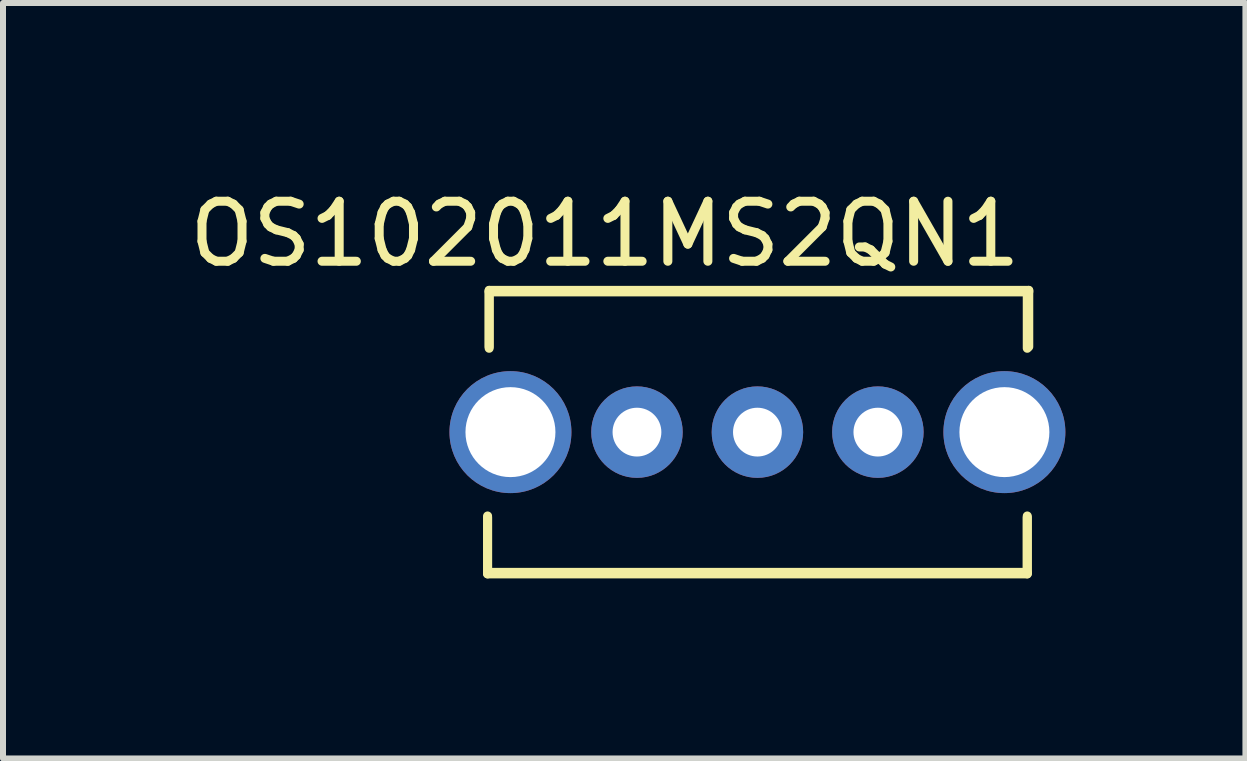
<source format=kicad_pcb>
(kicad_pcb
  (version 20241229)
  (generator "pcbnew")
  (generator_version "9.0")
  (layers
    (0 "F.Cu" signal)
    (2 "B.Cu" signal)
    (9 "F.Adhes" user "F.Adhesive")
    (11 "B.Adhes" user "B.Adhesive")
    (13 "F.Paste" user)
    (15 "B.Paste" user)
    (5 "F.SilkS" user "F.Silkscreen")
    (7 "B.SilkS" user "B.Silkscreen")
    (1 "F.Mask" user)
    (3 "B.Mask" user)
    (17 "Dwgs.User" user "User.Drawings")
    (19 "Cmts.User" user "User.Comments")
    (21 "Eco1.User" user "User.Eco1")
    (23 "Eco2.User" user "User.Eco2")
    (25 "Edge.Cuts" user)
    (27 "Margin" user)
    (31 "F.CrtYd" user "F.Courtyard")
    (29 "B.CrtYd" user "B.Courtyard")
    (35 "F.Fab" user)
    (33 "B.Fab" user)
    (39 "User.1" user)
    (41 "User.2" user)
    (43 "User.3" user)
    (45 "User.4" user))
  (footprint "OS102011MS2QN1"
    (layer "F.Cu")
    (at 9.57 4.15)
    (property "Reference" "OS102011MS2QN1" (at -2.54 -3.302 0) (layer "F.SilkS") (effects (font (size 1 1) (thickness 0.15))))
    (attr through_hole)
    (fp_line (start -4.496 1.397) (end -4.496 2.337) (stroke (width 0.15) (type solid)) (layer "F.SilkS"))
    (fp_line (start -4.496 1.422) (end -4.496 2.362) (stroke (width 0.15) (type solid)) (layer "F.SilkS"))
    (fp_line (start -4.496 2.337) (end 4.496 2.337) (stroke (width 0.15) (type solid)) (layer "F.SilkS"))
    (fp_line (start -4.496 2.362) (end 4.496 2.362) (stroke (width 0.15) (type solid)) (layer "F.SilkS"))
    (fp_line (start -4.47 -2.362) (end 4.521 -2.362) (stroke (width 0.15) (type solid)) (layer "F.SilkS"))
    (fp_line (start -4.47 -2.337) (end 4.521 -2.337) (stroke (width 0.15) (type solid)) (layer "F.SilkS"))
    (fp_line (start -4.47 -1.422) (end -4.47 -2.362) (stroke (width 0.15) (type solid)) (layer "F.SilkS"))
    (fp_line (start -4.47 -1.397) (end -4.47 -2.337) (stroke (width 0.15) (type solid)) (layer "F.SilkS"))
    (fp_line (start 4.496 -1.397) (end 4.496 -2.337) (stroke (width 0.15) (type solid)) (layer "F.SilkS"))
    (fp_line (start 4.496 1.397) (end 4.496 2.337) (stroke (width 0.15) (type solid)) (layer "F.SilkS"))
    (fp_line (start 4.496 1.422) (end 4.496 2.362) (stroke (width 0.15) (type solid)) (layer "F.SilkS"))
    (fp_line (start 4.521 -1.422) (end 4.521 -2.362) (stroke (width 0.15) (type solid)) (layer "F.SilkS"))
    (pad "1" thru_hole circle (at -2.007 0) (size 1.524 1.524) (drill 0.813) (layers "*.Cu" "*.Mask"))
    (pad "2" thru_hole circle (at 0 0) (size 1.524 1.524) (drill 0.813) (layers "*.Cu" "*.Mask"))
    (pad "3" thru_hole circle (at 2.007 0) (size 1.524 1.524) (drill 0.813) (layers "*.Cu" "*.Mask"))
    (pad "4" thru_hole circle (at -4.115 0) (size 2.032 2.032) (drill 1.499) (layers "*.Cu" "*.Mask"))
    (pad "4" thru_hole circle (at 4.115 0) (size 2.032 2.032) (drill 1.499) (layers "*.Cu" "*.Mask")))
  (gr_rect
    (start -3 -3)
    (end 17.701 9.587)
    (stroke (width 0.1) (type default))
    (fill no)
    (layer "Edge.Cuts")))
</source>
